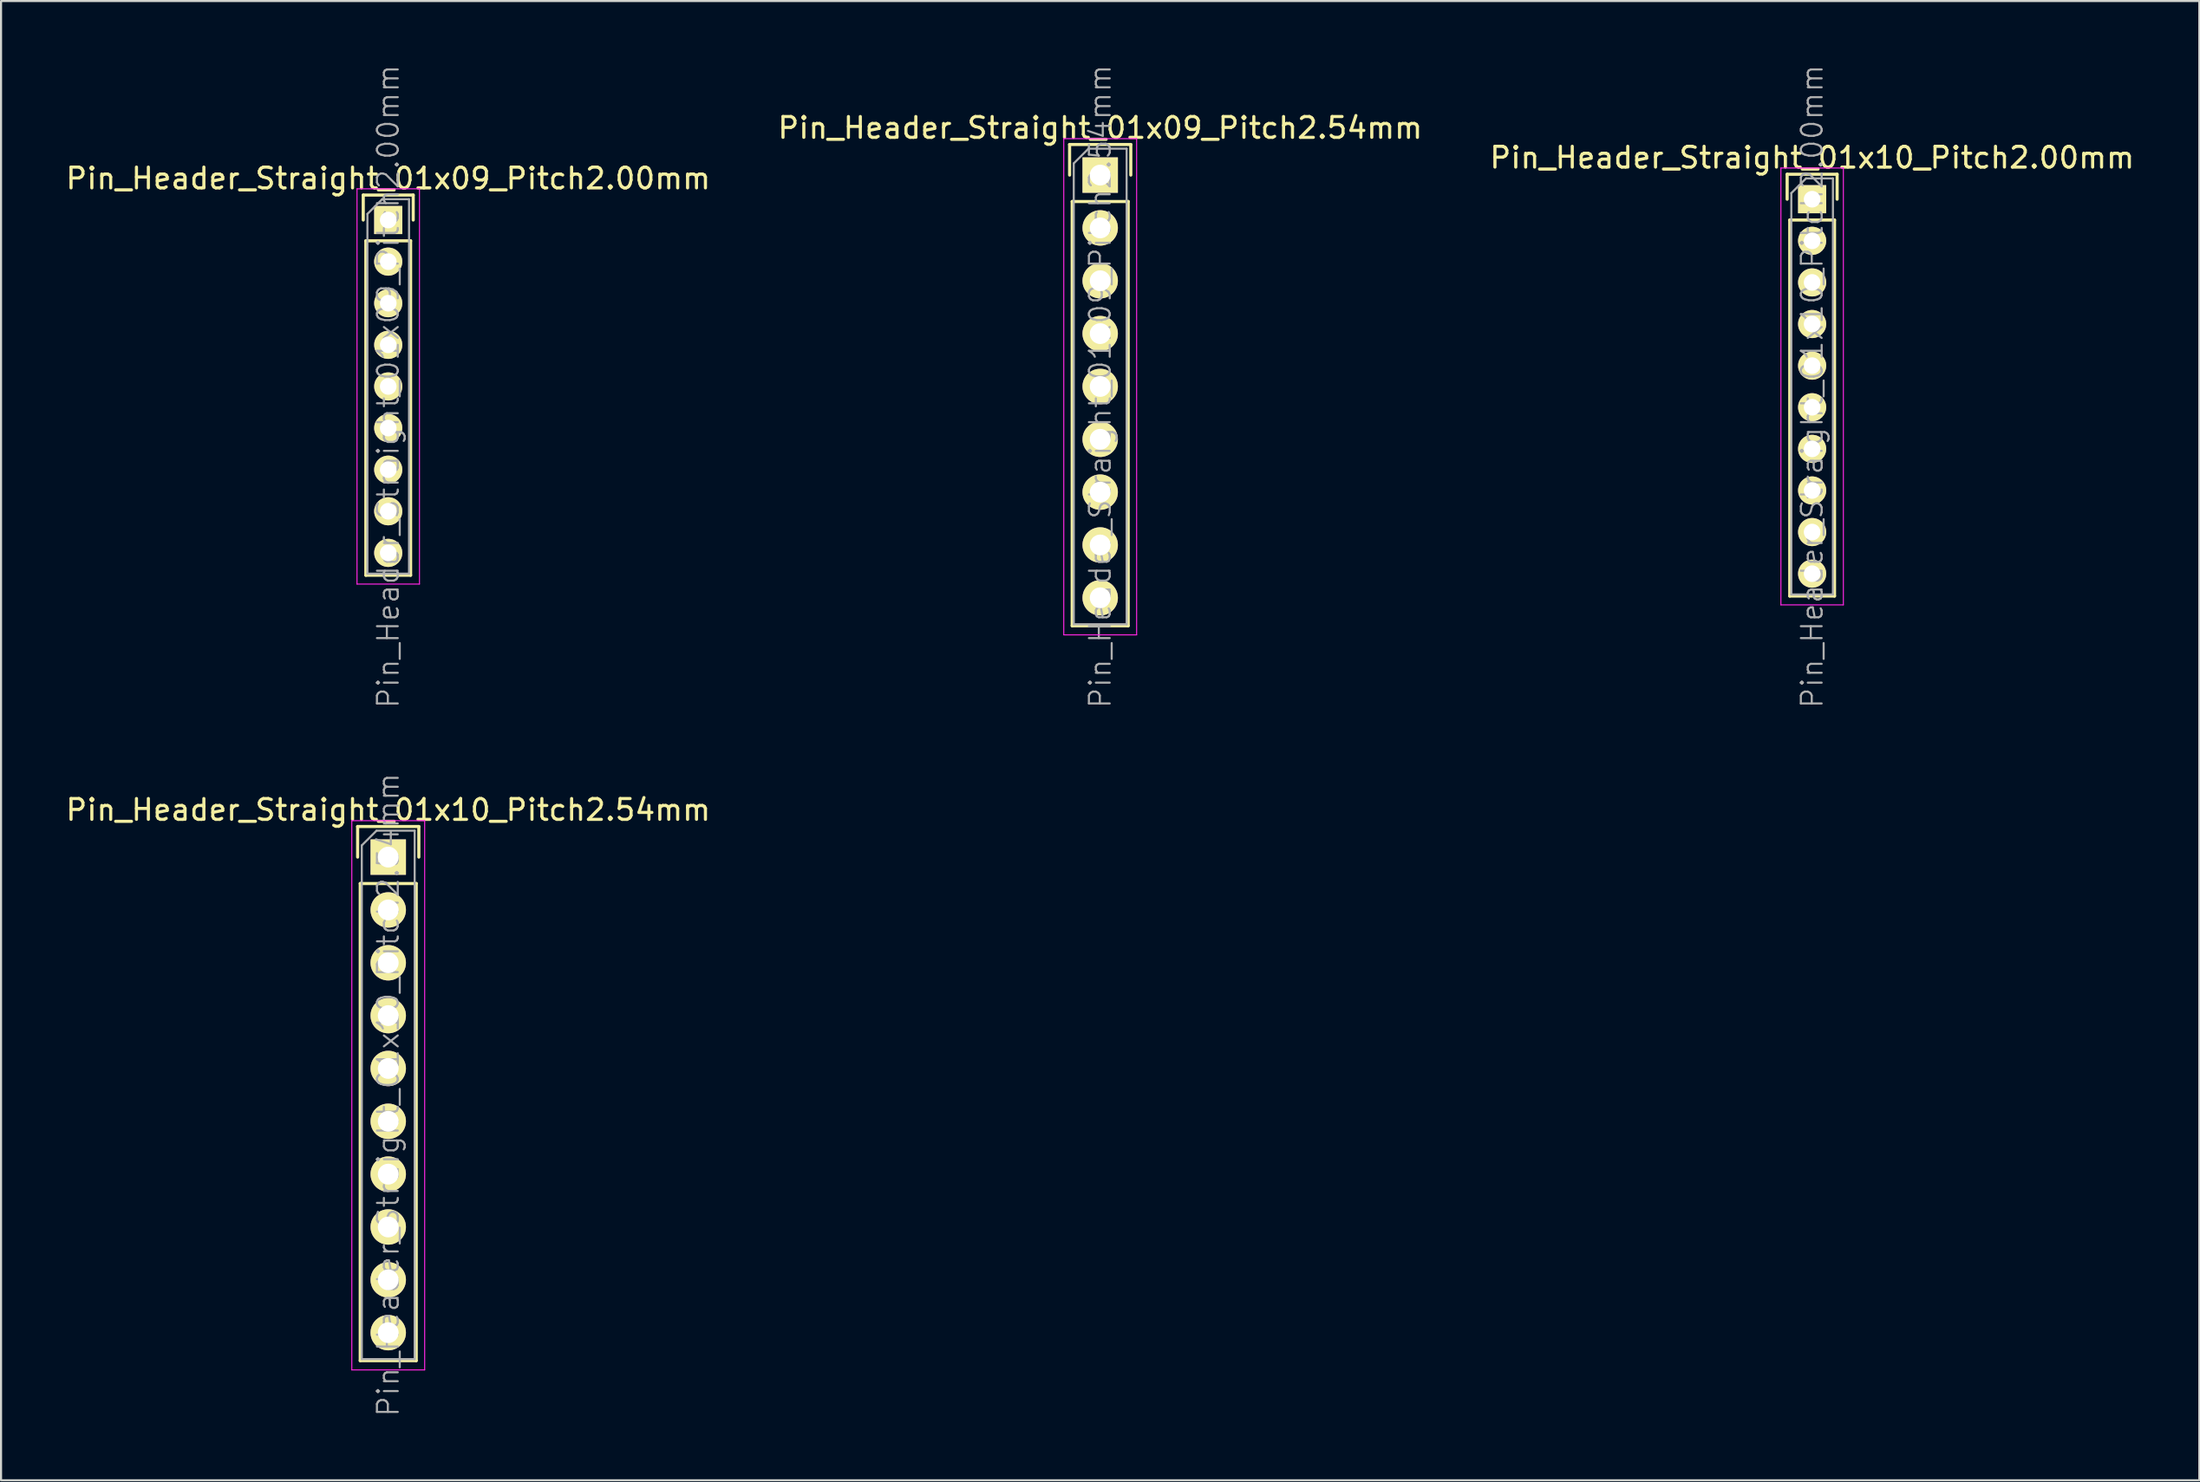
<source format=kicad_pcb>
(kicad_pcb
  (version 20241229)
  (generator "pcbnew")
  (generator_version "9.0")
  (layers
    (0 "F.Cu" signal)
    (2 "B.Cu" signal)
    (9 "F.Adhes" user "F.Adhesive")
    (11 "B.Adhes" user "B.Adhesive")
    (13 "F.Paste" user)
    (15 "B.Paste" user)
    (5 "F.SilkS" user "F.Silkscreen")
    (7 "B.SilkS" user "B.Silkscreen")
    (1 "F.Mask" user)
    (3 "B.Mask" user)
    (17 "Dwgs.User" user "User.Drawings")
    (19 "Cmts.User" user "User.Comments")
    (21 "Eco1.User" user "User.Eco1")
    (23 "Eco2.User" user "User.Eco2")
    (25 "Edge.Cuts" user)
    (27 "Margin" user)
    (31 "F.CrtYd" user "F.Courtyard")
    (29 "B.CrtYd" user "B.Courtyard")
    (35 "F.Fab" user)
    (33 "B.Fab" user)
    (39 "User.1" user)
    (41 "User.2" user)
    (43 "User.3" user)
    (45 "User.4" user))
  (footprint "Pin_Header_Straight_01x10_Pitch2.00mm"
    (layer "F.Cu")
    (at 84.006 6.526)
    (property "Reference" "Pin_Header_Straight_01x10_Pitch2.00mm" (at 0 -2 0) (layer "F.SilkS") (effects (font (size 1 1) (thickness 0.15))))
    (attr smd)
    (fp_line (start -1.2 -1.2) (end -1.2 0) (stroke (width 0.15) (type solid)) (layer "F.SilkS"))
    (fp_line (start -1.2 -1.2) (end 1.2 -1.2) (stroke (width 0.15) (type solid)) (layer "F.SilkS"))
    (fp_line (start -1.075 1) (end -1.075 19.075) (stroke (width 0.15) (type solid)) (layer "F.SilkS"))
    (fp_line (start -1.075 1) (end 1.075 1) (stroke (width 0.15) (type solid)) (layer "F.SilkS"))
    (fp_line (start -1.075 19.075) (end 1.075 19.075) (stroke (width 0.15) (type solid)) (layer "F.SilkS"))
    (fp_line (start 1.075 1) (end 1.075 19.075) (stroke (width 0.15) (type solid)) (layer "F.SilkS"))
    (fp_line (start 1.2 -1.2) (end 1.2 0) (stroke (width 0.15) (type solid)) (layer "F.SilkS"))
    (fp_line (start -1.5 -1.5) (end -1.5 19.5) (stroke (width 0.05) (type solid)) (layer "F.CrtYd"))
    (fp_line (start 1.5 -1.5) (end -1.5 -1.5) (stroke (width 0.05) (type solid)) (layer "F.CrtYd"))
    (fp_line (start 1.5 -1.5) (end 1.5 19.5) (stroke (width 0.05) (type solid)) (layer "F.CrtYd"))
    (fp_line (start 1.5 19.5) (end -1.5 19.5) (stroke (width 0.05) (type solid)) (layer "F.CrtYd"))
    (fp_line (start -1 -0.293) (end -0.293 -1) (stroke (width 0.1) (type solid)) (layer "F.Fab"))
    (fp_line (start -1 19) (end -1 -0.293) (stroke (width 0.1) (type solid)) (layer "F.Fab"))
    (fp_line (start 1 -1) (end -0.293 -1) (stroke (width 0.1) (type solid)) (layer "F.Fab"))
    (fp_line (start 1 19) (end -1 19) (stroke (width 0.1) (type solid)) (layer "F.Fab"))
    (fp_line (start 1 19) (end 1 -1) (stroke (width 0.1) (type solid)) (layer "F.Fab"))
    (fp_text user "${REFERENCE}" (at 0 9 90) (layer "F.Fab") (effects (font (size 1 1) (thickness 0.1))))
    (pad "1" thru_hole rect (at 0 0) (size 1.35 1.35) (drill 0.8) (layers "*.Cu" "*.Mask" "F.SilkS"))
    (pad "2" thru_hole oval (at 0 2) (size 1.35 1.35) (drill 0.8) (layers "*.Cu" "*.Mask" "F.SilkS"))
    (pad "3" thru_hole oval (at 0 4) (size 1.35 1.35) (drill 0.8) (layers "*.Cu" "*.Mask" "F.SilkS"))
    (pad "4" thru_hole oval (at 0 6) (size 1.35 1.35) (drill 0.8) (layers "*.Cu" "*.Mask" "F.SilkS"))
    (pad "5" thru_hole oval (at 0 8) (size 1.35 1.35) (drill 0.8) (layers "*.Cu" "*.Mask" "F.SilkS"))
    (pad "6" thru_hole oval (at 0 10) (size 1.35 1.35) (drill 0.8) (layers "*.Cu" "*.Mask" "F.SilkS"))
    (pad "7" thru_hole oval (at 0 12) (size 1.35 1.35) (drill 0.8) (layers "*.Cu" "*.Mask" "F.SilkS"))
    (pad "8" thru_hole oval (at 0 14) (size 1.35 1.35) (drill 0.8) (layers "*.Cu" "*.Mask" "F.SilkS"))
    (pad "9" thru_hole oval (at 0 16) (size 1.35 1.35) (drill 0.8) (layers "*.Cu" "*.Mask" "F.SilkS"))
    (pad "10" thru_hole oval (at 0 18) (size 1.35 1.35) (drill 0.8) (layers "*.Cu" "*.Mask" "F.SilkS")))
  (footprint "Pin_Header_Straight_01x09_Pitch2.00mm"
    (layer "F.Cu")
    (at 15.601 7.526)
    (property "Reference" "Pin_Header_Straight_01x09_Pitch2.00mm" (at 0 -2 0) (layer "F.SilkS") (effects (font (size 1 1) (thickness 0.15))))
    (attr smd)
    (fp_line (start -1.2 -1.2) (end -1.2 0) (stroke (width 0.15) (type solid)) (layer "F.SilkS"))
    (fp_line (start -1.2 -1.2) (end 1.2 -1.2) (stroke (width 0.15) (type solid)) (layer "F.SilkS"))
    (fp_line (start -1.075 1) (end -1.075 17.075) (stroke (width 0.15) (type solid)) (layer "F.SilkS"))
    (fp_line (start -1.075 1) (end 1.075 1) (stroke (width 0.15) (type solid)) (layer "F.SilkS"))
    (fp_line (start -1.075 17.075) (end 1.075 17.075) (stroke (width 0.15) (type solid)) (layer "F.SilkS"))
    (fp_line (start 1.075 1) (end 1.075 17.075) (stroke (width 0.15) (type solid)) (layer "F.SilkS"))
    (fp_line (start 1.2 -1.2) (end 1.2 0) (stroke (width 0.15) (type solid)) (layer "F.SilkS"))
    (fp_line (start -1.5 -1.5) (end -1.5 17.5) (stroke (width 0.05) (type solid)) (layer "F.CrtYd"))
    (fp_line (start 1.5 -1.5) (end -1.5 -1.5) (stroke (width 0.05) (type solid)) (layer "F.CrtYd"))
    (fp_line (start 1.5 -1.5) (end 1.5 17.5) (stroke (width 0.05) (type solid)) (layer "F.CrtYd"))
    (fp_line (start 1.5 17.5) (end -1.5 17.5) (stroke (width 0.05) (type solid)) (layer "F.CrtYd"))
    (fp_line (start -1 -0.293) (end -0.293 -1) (stroke (width 0.1) (type solid)) (layer "F.Fab"))
    (fp_line (start -1 17) (end -1 -0.293) (stroke (width 0.1) (type solid)) (layer "F.Fab"))
    (fp_line (start 1 -1) (end -0.293 -1) (stroke (width 0.1) (type solid)) (layer "F.Fab"))
    (fp_line (start 1 17) (end -1 17) (stroke (width 0.1) (type solid)) (layer "F.Fab"))
    (fp_line (start 1 17) (end 1 -1) (stroke (width 0.1) (type solid)) (layer "F.Fab"))
    (fp_text user "${REFERENCE}" (at 0 8 90) (layer "F.Fab") (effects (font (size 1 1) (thickness 0.1))))
    (pad "1" thru_hole rect (at 0 0) (size 1.35 1.35) (drill 0.8) (layers "*.Cu" "*.Mask" "F.SilkS"))
    (pad "2" thru_hole oval (at 0 2) (size 1.35 1.35) (drill 0.8) (layers "*.Cu" "*.Mask" "F.SilkS"))
    (pad "3" thru_hole oval (at 0 4) (size 1.35 1.35) (drill 0.8) (layers "*.Cu" "*.Mask" "F.SilkS"))
    (pad "4" thru_hole oval (at 0 6) (size 1.35 1.35) (drill 0.8) (layers "*.Cu" "*.Mask" "F.SilkS"))
    (pad "5" thru_hole oval (at 0 8) (size 1.35 1.35) (drill 0.8) (layers "*.Cu" "*.Mask" "F.SilkS"))
    (pad "6" thru_hole oval (at 0 10) (size 1.35 1.35) (drill 0.8) (layers "*.Cu" "*.Mask" "F.SilkS"))
    (pad "7" thru_hole oval (at 0 12) (size 1.35 1.35) (drill 0.8) (layers "*.Cu" "*.Mask" "F.SilkS"))
    (pad "8" thru_hole oval (at 0 14) (size 1.35 1.35) (drill 0.8) (layers "*.Cu" "*.Mask" "F.SilkS"))
    (pad "9" thru_hole oval (at 0 16) (size 1.35 1.35) (drill 0.8) (layers "*.Cu" "*.Mask" "F.SilkS")))
  (footprint "Pin_Header_Straight_01x10_Pitch2.54mm"
    (layer "F.Cu")
    (at 15.601 38.149)
    (property "Reference" "Pin_Header_Straight_01x10_Pitch2.54mm" (at 0 -2.27 0) (layer "F.SilkS") (effects (font (size 1 1) (thickness 0.15))))
    (attr smd)
    (fp_line (start -1.47 -1.47) (end -1.47 0) (stroke (width 0.15) (type solid)) (layer "F.SilkS"))
    (fp_line (start -1.47 -1.47) (end 1.47 -1.47) (stroke (width 0.15) (type solid)) (layer "F.SilkS"))
    (fp_line (start -1.345 1.27) (end -1.345 24.205) (stroke (width 0.15) (type solid)) (layer "F.SilkS"))
    (fp_line (start -1.345 1.27) (end 1.345 1.27) (stroke (width 0.15) (type solid)) (layer "F.SilkS"))
    (fp_line (start -1.345 24.205) (end 1.345 24.205) (stroke (width 0.15) (type solid)) (layer "F.SilkS"))
    (fp_line (start 1.345 1.27) (end 1.345 24.205) (stroke (width 0.15) (type solid)) (layer "F.SilkS"))
    (fp_line (start 1.47 -1.47) (end 1.47 0) (stroke (width 0.15) (type solid)) (layer "F.SilkS"))
    (fp_line (start -1.75 -1.75) (end -1.75 24.65) (stroke (width 0.05) (type solid)) (layer "F.CrtYd"))
    (fp_line (start 1.75 -1.75) (end -1.75 -1.75) (stroke (width 0.05) (type solid)) (layer "F.CrtYd"))
    (fp_line (start 1.75 -1.75) (end 1.75 24.65) (stroke (width 0.05) (type solid)) (layer "F.CrtYd"))
    (fp_line (start 1.75 24.65) (end -1.75 24.65) (stroke (width 0.05) (type solid)) (layer "F.CrtYd"))
    (fp_line (start -1.27 -0.563) (end -0.563 -1.27) (stroke (width 0.1) (type solid)) (layer "F.Fab"))
    (fp_line (start -1.27 24.13) (end -1.27 -0.563) (stroke (width 0.1) (type solid)) (layer "F.Fab"))
    (fp_line (start 1.27 -1.27) (end -0.563 -1.27) (stroke (width 0.1) (type solid)) (layer "F.Fab"))
    (fp_line (start 1.27 24.13) (end -1.27 24.13) (stroke (width 0.1) (type solid)) (layer "F.Fab"))
    (fp_line (start 1.27 24.13) (end 1.27 -1.27) (stroke (width 0.1) (type solid)) (layer "F.Fab"))
    (fp_text user "${REFERENCE}" (at 0 11.43 90) (layer "F.Fab") (effects (font (size 1 1) (thickness 0.1))))
    (pad "1" thru_hole rect (at 0 0) (size 1.7 1.7) (drill 1) (layers "*.Cu" "*.Mask" "F.SilkS"))
    (pad "2" thru_hole oval (at 0 2.54) (size 1.7 1.7) (drill 1) (layers "*.Cu" "*.Mask" "F.SilkS"))
    (pad "3" thru_hole oval (at 0 5.08) (size 1.7 1.7) (drill 1) (layers "*.Cu" "*.Mask" "F.SilkS"))
    (pad "4" thru_hole oval (at 0 7.62) (size 1.7 1.7) (drill 1) (layers "*.Cu" "*.Mask" "F.SilkS"))
    (pad "5" thru_hole oval (at 0 10.16) (size 1.7 1.7) (drill 1) (layers "*.Cu" "*.Mask" "F.SilkS"))
    (pad "6" thru_hole oval (at 0 12.7) (size 1.7 1.7) (drill 1) (layers "*.Cu" "*.Mask" "F.SilkS"))
    (pad "7" thru_hole oval (at 0 15.24) (size 1.7 1.7) (drill 1) (layers "*.Cu" "*.Mask" "F.SilkS"))
    (pad "8" thru_hole oval (at 0 17.78) (size 1.7 1.7) (drill 1) (layers "*.Cu" "*.Mask" "F.SilkS"))
    (pad "9" thru_hole oval (at 0 20.32) (size 1.7 1.7) (drill 1) (layers "*.Cu" "*.Mask" "F.SilkS"))
    (pad "10" thru_hole oval (at 0 22.86) (size 1.7 1.7) (drill 1) (layers "*.Cu" "*.Mask" "F.SilkS")))
  (footprint "Pin_Header_Straight_01x09_Pitch2.54mm"
    (layer "F.Cu")
    (at 49.804 5.366)
    (property "Reference" "Pin_Header_Straight_01x09_Pitch2.54mm" (at 0 -2.27 0) (layer "F.SilkS") (effects (font (size 1 1) (thickness 0.15))))
    (attr smd)
    (fp_line (start -1.47 -1.47) (end -1.47 0) (stroke (width 0.15) (type solid)) (layer "F.SilkS"))
    (fp_line (start -1.47 -1.47) (end 1.47 -1.47) (stroke (width 0.15) (type solid)) (layer "F.SilkS"))
    (fp_line (start -1.345 1.27) (end -1.345 21.665) (stroke (width 0.15) (type solid)) (layer "F.SilkS"))
    (fp_line (start -1.345 1.27) (end 1.345 1.27) (stroke (width 0.15) (type solid)) (layer "F.SilkS"))
    (fp_line (start -1.345 21.665) (end 1.345 21.665) (stroke (width 0.15) (type solid)) (layer "F.SilkS"))
    (fp_line (start 1.345 1.27) (end 1.345 21.665) (stroke (width 0.15) (type solid)) (layer "F.SilkS"))
    (fp_line (start 1.47 -1.47) (end 1.47 0) (stroke (width 0.15) (type solid)) (layer "F.SilkS"))
    (fp_line (start -1.75 -1.75) (end -1.75 22.1) (stroke (width 0.05) (type solid)) (layer "F.CrtYd"))
    (fp_line (start 1.75 -1.75) (end -1.75 -1.75) (stroke (width 0.05) (type solid)) (layer "F.CrtYd"))
    (fp_line (start 1.75 -1.75) (end 1.75 22.1) (stroke (width 0.05) (type solid)) (layer "F.CrtYd"))
    (fp_line (start 1.75 22.1) (end -1.75 22.1) (stroke (width 0.05) (type solid)) (layer "F.CrtYd"))
    (fp_line (start -1.27 -0.563) (end -0.563 -1.27) (stroke (width 0.1) (type solid)) (layer "F.Fab"))
    (fp_line (start -1.27 21.59) (end -1.27 -0.563) (stroke (width 0.1) (type solid)) (layer "F.Fab"))
    (fp_line (start 1.27 -1.27) (end -0.563 -1.27) (stroke (width 0.1) (type solid)) (layer "F.Fab"))
    (fp_line (start 1.27 21.59) (end -1.27 21.59) (stroke (width 0.1) (type solid)) (layer "F.Fab"))
    (fp_line (start 1.27 21.59) (end 1.27 -1.27) (stroke (width 0.1) (type solid)) (layer "F.Fab"))
    (fp_text user "${REFERENCE}" (at 0 10.16 90) (layer "F.Fab") (effects (font (size 1 1) (thickness 0.1))))
    (pad "1" thru_hole rect (at 0 0) (size 1.7 1.7) (drill 1) (layers "*.Cu" "*.Mask" "F.SilkS"))
    (pad "2" thru_hole oval (at 0 2.54) (size 1.7 1.7) (drill 1) (layers "*.Cu" "*.Mask" "F.SilkS"))
    (pad "3" thru_hole oval (at 0 5.08) (size 1.7 1.7) (drill 1) (layers "*.Cu" "*.Mask" "F.SilkS"))
    (pad "4" thru_hole oval (at 0 7.62) (size 1.7 1.7) (drill 1) (layers "*.Cu" "*.Mask" "F.SilkS"))
    (pad "5" thru_hole oval (at 0 10.16) (size 1.7 1.7) (drill 1) (layers "*.Cu" "*.Mask" "F.SilkS"))
    (pad "6" thru_hole oval (at 0 12.7) (size 1.7 1.7) (drill 1) (layers "*.Cu" "*.Mask" "F.SilkS"))
    (pad "7" thru_hole oval (at 0 15.24) (size 1.7 1.7) (drill 1) (layers "*.Cu" "*.Mask" "F.SilkS"))
    (pad "8" thru_hole oval (at 0 17.78) (size 1.7 1.7) (drill 1) (layers "*.Cu" "*.Mask" "F.SilkS"))
    (pad "9" thru_hole oval (at 0 20.32) (size 1.7 1.7) (drill 1) (layers "*.Cu" "*.Mask" "F.SilkS")))
  (gr_rect
    (start -3 -3)
    (end 102.607 68.105)
    (stroke (width 0.1) (type default))
    (fill no)
    (layer "Edge.Cuts")))
</source>
